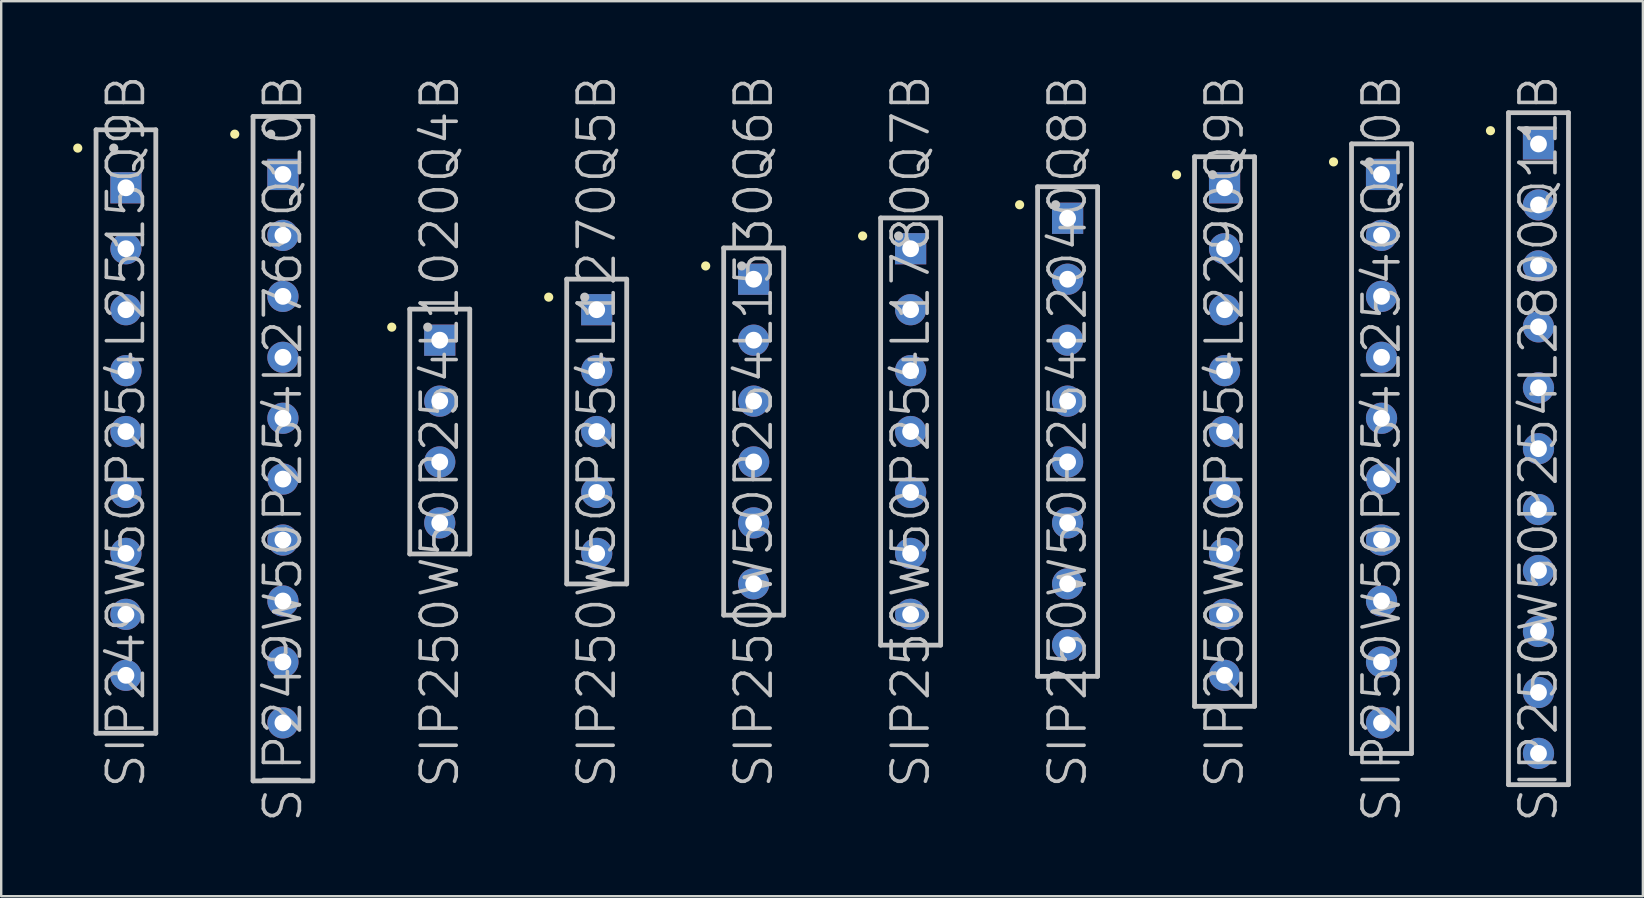
<source format=kicad_pcb>
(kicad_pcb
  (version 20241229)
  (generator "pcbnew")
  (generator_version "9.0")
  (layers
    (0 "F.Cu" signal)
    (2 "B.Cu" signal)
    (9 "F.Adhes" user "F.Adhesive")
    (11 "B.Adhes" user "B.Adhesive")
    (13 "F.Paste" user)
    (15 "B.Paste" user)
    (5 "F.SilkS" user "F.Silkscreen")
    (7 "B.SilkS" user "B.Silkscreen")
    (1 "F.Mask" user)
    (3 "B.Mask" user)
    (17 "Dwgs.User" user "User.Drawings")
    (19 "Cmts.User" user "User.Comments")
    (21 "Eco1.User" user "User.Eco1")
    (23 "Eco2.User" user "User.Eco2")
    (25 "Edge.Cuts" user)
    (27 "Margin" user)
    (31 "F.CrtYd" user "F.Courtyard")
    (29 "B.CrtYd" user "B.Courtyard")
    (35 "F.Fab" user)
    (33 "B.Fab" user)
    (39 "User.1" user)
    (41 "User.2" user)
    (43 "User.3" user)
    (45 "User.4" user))
  (footprint "SIP250W50P254L2040Q8B"
    (layer "F.Cu")
    (at 41.436 14.932)
    (property "Reference" "SIP250W50P254L2040Q8B" (at 0 0 90) (layer "Dwgs.User") (effects (font (size 1.5 1.5) (thickness 0.15))))
    (attr through_hole)
    (fp_line (start -2 -9.45) (end -2 -9.45) (stroke (width 0.381) (type solid)) (layer "F.SilkS"))
    (fp_line (start -1.25 -10.2) (end -1.25 10.2) (stroke (width 0.2) (type solid)) (layer "Dwgs.User"))
    (fp_line (start -1.25 -10.2) (end 1.25 -10.2) (stroke (width 0.2) (type solid)) (layer "Dwgs.User"))
    (fp_line (start -1.25 10.2) (end 1.25 10.2) (stroke (width 0.2) (type solid)) (layer "Dwgs.User"))
    (fp_line (start -0.5 -9.45) (end -0.5 -9.45) (stroke (width 0.381) (type solid)) (layer "Dwgs.User"))
    (fp_line (start 1.25 -10.2) (end 1.25 10.2) (stroke (width 0.2) (type solid)) (layer "Dwgs.User"))
    (pad "1" thru_hole rect (at 0 -8.887) (size 1.3 1.3) (drill 0.7) (layers "*.Cu" "*.Mask"))
    (pad "2" thru_hole circle (at 0 -6.347 270) (size 1.3 1.3) (drill 0.7) (layers "*.Cu" "*.Mask"))
    (pad "3" thru_hole circle (at 0 -3.807 270) (size 1.3 1.3) (drill 0.7) (layers "*.Cu" "*.Mask"))
    (pad "4" thru_hole circle (at 0 -1.267 270) (size 1.3 1.3) (drill 0.7) (layers "*.Cu" "*.Mask"))
    (pad "5" thru_hole circle (at 0 1.267 270) (size 1.3 1.3) (drill 0.7) (layers "*.Cu" "*.Mask"))
    (pad "6" thru_hole circle (at 0 3.807 270) (size 1.3 1.3) (drill 0.7) (layers "*.Cu" "*.Mask"))
    (pad "7" thru_hole circle (at 0 6.347 270) (size 1.3 1.3) (drill 0.7) (layers "*.Cu" "*.Mask"))
    (pad "8" thru_hole circle (at 0 8.887 270) (size 1.3 1.3) (drill 0.7) (layers "*.Cu" "*.Mask")))
  (footprint "SIP250W50P254L1020Q4B"
    (layer "F.Cu")
    (at 15.274 14.932)
    (property "Reference" "SIP250W50P254L1020Q4B" (at 0 0 90) (layer "Dwgs.User") (effects (font (size 1.5 1.5) (thickness 0.15))))
    (attr through_hole)
    (fp_line (start -2 -4.35) (end -2 -4.35) (stroke (width 0.381) (type solid)) (layer "F.SilkS"))
    (fp_line (start -1.25 -5.1) (end -1.25 5.1) (stroke (width 0.2) (type solid)) (layer "Dwgs.User"))
    (fp_line (start -1.25 -5.1) (end 1.25 -5.1) (stroke (width 0.2) (type solid)) (layer "Dwgs.User"))
    (fp_line (start -1.25 5.1) (end 1.25 5.1) (stroke (width 0.2) (type solid)) (layer "Dwgs.User"))
    (fp_line (start -0.5 -4.35) (end -0.5 -4.35) (stroke (width 0.381) (type solid)) (layer "Dwgs.User"))
    (fp_line (start 1.25 -5.1) (end 1.25 5.1) (stroke (width 0.2) (type solid)) (layer "Dwgs.User"))
    (pad "1" thru_hole rect (at 0 -3.807) (size 1.3 1.3) (drill 0.7) (layers "*.Cu" "*.Mask"))
    (pad "2" thru_hole circle (at 0 -1.267 270) (size 1.3 1.3) (drill 0.7) (layers "*.Cu" "*.Mask"))
    (pad "3" thru_hole circle (at 0 1.267 270) (size 1.3 1.3) (drill 0.7) (layers "*.Cu" "*.Mask"))
    (pad "4" thru_hole circle (at 0 3.807 270) (size 1.3 1.3) (drill 0.7) (layers "*.Cu" "*.Mask")))
  (footprint "SIP250W50P254L2540Q10B"
    (layer "F.Cu")
    (at 54.517 15.646)
    (property "Reference" "SIP250W50P254L2540Q10B" (at 0 0 90) (layer "Dwgs.User") (effects (font (size 1.5 1.5) (thickness 0.15))))
    (attr through_hole)
    (fp_line (start -2 -11.95) (end -2 -11.95) (stroke (width 0.381) (type solid)) (layer "F.SilkS"))
    (fp_line (start -1.25 -12.7) (end -1.25 12.7) (stroke (width 0.2) (type solid)) (layer "Dwgs.User"))
    (fp_line (start -1.25 -12.7) (end 1.25 -12.7) (stroke (width 0.2) (type solid)) (layer "Dwgs.User"))
    (fp_line (start -1.25 12.7) (end 1.25 12.7) (stroke (width 0.2) (type solid)) (layer "Dwgs.User"))
    (fp_line (start -0.5 -11.95) (end -0.5 -11.95) (stroke (width 0.381) (type solid)) (layer "Dwgs.User"))
    (fp_line (start 1.25 -12.7) (end 1.25 12.7) (stroke (width 0.2) (type solid)) (layer "Dwgs.User"))
    (pad "1" thru_hole rect (at 0 -11.427) (size 1.3 1.3) (drill 0.7) (layers "*.Cu" "*.Mask"))
    (pad "2" thru_hole circle (at 0 -8.887 270) (size 1.3 1.3) (drill 0.7) (layers "*.Cu" "*.Mask"))
    (pad "3" thru_hole circle (at 0 -6.347 270) (size 1.3 1.3) (drill 0.7) (layers "*.Cu" "*.Mask"))
    (pad "4" thru_hole circle (at 0 -3.807 270) (size 1.3 1.3) (drill 0.7) (layers "*.Cu" "*.Mask"))
    (pad "5" thru_hole circle (at 0 -1.267 270) (size 1.3 1.3) (drill 0.7) (layers "*.Cu" "*.Mask"))
    (pad "6" thru_hole circle (at 0 1.267 270) (size 1.3 1.3) (drill 0.7) (layers "*.Cu" "*.Mask"))
    (pad "7" thru_hole circle (at 0 3.807 270) (size 1.3 1.3) (drill 0.7) (layers "*.Cu" "*.Mask"))
    (pad "8" thru_hole circle (at 0 6.347 270) (size 1.3 1.3) (drill 0.7) (layers "*.Cu" "*.Mask"))
    (pad "9" thru_hole circle (at 0 8.887 270) (size 1.3 1.3) (drill 0.7) (layers "*.Cu" "*.Mask"))
    (pad "10" thru_hole circle (at 0 11.427 270) (size 1.3 1.3) (drill 0.7) (layers "*.Cu" "*.Mask")))
  (footprint "SIP250W50P254L1780Q7B"
    (layer "F.Cu")
    (at 34.895 14.932)
    (property "Reference" "SIP250W50P254L1780Q7B" (at 0 0 90) (layer "Dwgs.User") (effects (font (size 1.5 1.5) (thickness 0.15))))
    (attr through_hole)
    (fp_line (start -2 -8.15) (end -2 -8.15) (stroke (width 0.381) (type solid)) (layer "F.SilkS"))
    (fp_line (start -1.25 -8.9) (end -1.25 8.9) (stroke (width 0.2) (type solid)) (layer "Dwgs.User"))
    (fp_line (start -1.25 -8.9) (end 1.25 -8.9) (stroke (width 0.2) (type solid)) (layer "Dwgs.User"))
    (fp_line (start -1.25 8.9) (end 1.25 8.9) (stroke (width 0.2) (type solid)) (layer "Dwgs.User"))
    (fp_line (start -0.5 -8.15) (end -0.5 -8.15) (stroke (width 0.381) (type solid)) (layer "Dwgs.User"))
    (fp_line (start 1.25 -8.9) (end 1.25 8.9) (stroke (width 0.2) (type solid)) (layer "Dwgs.User"))
    (pad "1" thru_hole rect (at 0 -7.617) (size 1.3 1.3) (drill 0.7) (layers "*.Cu" "*.Mask"))
    (pad "2" thru_hole circle (at 0 -5.077 270) (size 1.3 1.3) (drill 0.7) (layers "*.Cu" "*.Mask"))
    (pad "3" thru_hole circle (at 0 -2.537 270) (size 1.3 1.3) (drill 0.7) (layers "*.Cu" "*.Mask"))
    (pad "4" thru_hole circle (at 0 0 270) (size 1.3 1.3) (drill 0.7) (layers "*.Cu" "*.Mask"))
    (pad "5" thru_hole circle (at 0 2.537 270) (size 1.3 1.3) (drill 0.7) (layers "*.Cu" "*.Mask"))
    (pad "6" thru_hole circle (at 0 5.077 270) (size 1.3 1.3) (drill 0.7) (layers "*.Cu" "*.Mask"))
    (pad "7" thru_hole circle (at 0 7.617 270) (size 1.3 1.3) (drill 0.7) (layers "*.Cu" "*.Mask")))
  (footprint "SIP249W50P254L2515Q9B"
    (layer "F.Cu")
    (at 2.197 14.932)
    (property "Reference" "SIP249W50P254L2515Q9B" (at 0 0 90) (layer "Dwgs.User") (effects (font (size 1.5 1.5) (thickness 0.15))))
    (attr through_hole)
    (fp_line (start -2.007 -11.811) (end -2.007 -11.811) (stroke (width 0.381) (type solid)) (layer "F.SilkS"))
    (fp_line (start -1.245 -12.573) (end -1.245 12.573) (stroke (width 0.2) (type solid)) (layer "Dwgs.User"))
    (fp_line (start -1.245 -12.573) (end 1.245 -12.573) (stroke (width 0.2) (type solid)) (layer "Dwgs.User"))
    (fp_line (start -1.245 12.573) (end 1.245 12.573) (stroke (width 0.2) (type solid)) (layer "Dwgs.User"))
    (fp_line (start -0.508 -11.811) (end -0.508 -11.811) (stroke (width 0.381) (type solid)) (layer "Dwgs.User"))
    (fp_line (start 1.245 -12.573) (end 1.245 12.573) (stroke (width 0.2) (type solid)) (layer "Dwgs.User"))
    (pad "1" thru_hole rect (at 0 -10.157) (size 1.3 1.3) (drill 0.7) (layers "*.Cu" "*.Mask"))
    (pad "2" thru_hole circle (at 0 -7.617 270) (size 1.3 1.3) (drill 0.7) (layers "*.Cu" "*.Mask"))
    (pad "3" thru_hole circle (at 0 -5.077 270) (size 1.3 1.3) (drill 0.7) (layers "*.Cu" "*.Mask"))
    (pad "4" thru_hole circle (at 0 -2.537 270) (size 1.3 1.3) (drill 0.7) (layers "*.Cu" "*.Mask"))
    (pad "5" thru_hole circle (at 0 0 270) (size 1.3 1.3) (drill 0.7) (layers "*.Cu" "*.Mask"))
    (pad "6" thru_hole circle (at 0 2.537 270) (size 1.3 1.3) (drill 0.7) (layers "*.Cu" "*.Mask"))
    (pad "7" thru_hole circle (at 0 5.077 270) (size 1.3 1.3) (drill 0.7) (layers "*.Cu" "*.Mask"))
    (pad "8" thru_hole circle (at 0 7.617 270) (size 1.3 1.3) (drill 0.7) (layers "*.Cu" "*.Mask"))
    (pad "9" thru_hole circle (at 0 10.157 270) (size 1.3 1.3) (drill 0.7) (layers "*.Cu" "*.Mask")))
  (footprint "SIP250W50P254L2290Q9B"
    (layer "F.Cu")
    (at 47.976 14.932)
    (property "Reference" "SIP250W50P254L2290Q9B" (at 0 0 90) (layer "Dwgs.User") (effects (font (size 1.5 1.5) (thickness 0.15))))
    (attr through_hole)
    (fp_line (start -2 -10.7) (end -2 -10.7) (stroke (width 0.381) (type solid)) (layer "F.SilkS"))
    (fp_line (start -1.25 -11.45) (end -1.25 11.45) (stroke (width 0.2) (type solid)) (layer "Dwgs.User"))
    (fp_line (start -1.25 -11.45) (end 1.25 -11.45) (stroke (width 0.2) (type solid)) (layer "Dwgs.User"))
    (fp_line (start -1.25 11.45) (end 1.25 11.45) (stroke (width 0.2) (type solid)) (layer "Dwgs.User"))
    (fp_line (start -0.5 -10.7) (end -0.5 -10.7) (stroke (width 0.381) (type solid)) (layer "Dwgs.User"))
    (fp_line (start 1.25 -11.45) (end 1.25 11.45) (stroke (width 0.2) (type solid)) (layer "Dwgs.User"))
    (pad "1" thru_hole rect (at 0 -10.157) (size 1.3 1.3) (drill 0.7) (layers "*.Cu" "*.Mask"))
    (pad "2" thru_hole circle (at 0 -7.617 270) (size 1.3 1.3) (drill 0.7) (layers "*.Cu" "*.Mask"))
    (pad "3" thru_hole circle (at 0 -5.077 270) (size 1.3 1.3) (drill 0.7) (layers "*.Cu" "*.Mask"))
    (pad "4" thru_hole circle (at 0 -2.537 270) (size 1.3 1.3) (drill 0.7) (layers "*.Cu" "*.Mask"))
    (pad "5" thru_hole circle (at 0 0 270) (size 1.3 1.3) (drill 0.7) (layers "*.Cu" "*.Mask"))
    (pad "6" thru_hole circle (at 0 2.537 270) (size 1.3 1.3) (drill 0.7) (layers "*.Cu" "*.Mask"))
    (pad "7" thru_hole circle (at 0 5.077 270) (size 1.3 1.3) (drill 0.7) (layers "*.Cu" "*.Mask"))
    (pad "8" thru_hole circle (at 0 7.617 270) (size 1.3 1.3) (drill 0.7) (layers "*.Cu" "*.Mask"))
    (pad "9" thru_hole circle (at 0 10.157 270) (size 1.3 1.3) (drill 0.7) (layers "*.Cu" "*.Mask")))
  (footprint "SIP250W50P254L1530Q6B"
    (layer "F.Cu")
    (at 28.355 14.932)
    (property "Reference" "SIP250W50P254L1530Q6B" (at 0 0 90) (layer "Dwgs.User") (effects (font (size 1.5 1.5) (thickness 0.15))))
    (attr through_hole)
    (fp_line (start -2 -6.9) (end -2 -6.9) (stroke (width 0.381) (type solid)) (layer "F.SilkS"))
    (fp_line (start -1.25 -7.65) (end -1.25 7.65) (stroke (width 0.2) (type solid)) (layer "Dwgs.User"))
    (fp_line (start -1.25 -7.65) (end 1.25 -7.65) (stroke (width 0.2) (type solid)) (layer "Dwgs.User"))
    (fp_line (start -1.25 7.65) (end 1.25 7.65) (stroke (width 0.2) (type solid)) (layer "Dwgs.User"))
    (fp_line (start -0.5 -6.9) (end -0.5 -6.9) (stroke (width 0.381) (type solid)) (layer "Dwgs.User"))
    (fp_line (start 1.25 -7.65) (end 1.25 7.65) (stroke (width 0.2) (type solid)) (layer "Dwgs.User"))
    (pad "1" thru_hole rect (at 0 -6.347) (size 1.3 1.3) (drill 0.7) (layers "*.Cu" "*.Mask"))
    (pad "2" thru_hole circle (at 0 -3.807 270) (size 1.3 1.3) (drill 0.7) (layers "*.Cu" "*.Mask"))
    (pad "3" thru_hole circle (at 0 -1.267 270) (size 1.3 1.3) (drill 0.7) (layers "*.Cu" "*.Mask"))
    (pad "4" thru_hole circle (at 0 1.267 270) (size 1.3 1.3) (drill 0.7) (layers "*.Cu" "*.Mask"))
    (pad "5" thru_hole circle (at 0 3.807 270) (size 1.3 1.3) (drill 0.7) (layers "*.Cu" "*.Mask"))
    (pad "6" thru_hole circle (at 0 6.347 270) (size 1.3 1.3) (drill 0.7) (layers "*.Cu" "*.Mask")))
  (footprint "SIP250W50P254L1270Q5B"
    (layer "F.Cu")
    (at 21.814 14.932)
    (property "Reference" "SIP250W50P254L1270Q5B" (at 0 0 90) (layer "Dwgs.User") (effects (font (size 1.5 1.5) (thickness 0.15))))
    (attr through_hole)
    (fp_line (start -2 -5.6) (end -2 -5.6) (stroke (width 0.381) (type solid)) (layer "F.SilkS"))
    (fp_line (start -1.25 -6.35) (end -1.25 6.35) (stroke (width 0.2) (type solid)) (layer "Dwgs.User"))
    (fp_line (start -1.25 -6.35) (end 1.25 -6.35) (stroke (width 0.2) (type solid)) (layer "Dwgs.User"))
    (fp_line (start -1.25 6.35) (end 1.25 6.35) (stroke (width 0.2) (type solid)) (layer "Dwgs.User"))
    (fp_line (start -0.5 -5.6) (end -0.5 -5.6) (stroke (width 0.381) (type solid)) (layer "Dwgs.User"))
    (fp_line (start 1.25 -6.35) (end 1.25 6.35) (stroke (width 0.2) (type solid)) (layer "Dwgs.User"))
    (pad "1" thru_hole rect (at 0 -5.077) (size 1.3 1.3) (drill 0.7) (layers "*.Cu" "*.Mask"))
    (pad "2" thru_hole circle (at 0 -2.537 270) (size 1.3 1.3) (drill 0.7) (layers "*.Cu" "*.Mask"))
    (pad "3" thru_hole circle (at 0 0 270) (size 1.3 1.3) (drill 0.7) (layers "*.Cu" "*.Mask"))
    (pad "4" thru_hole circle (at 0 2.537 270) (size 1.3 1.3) (drill 0.7) (layers "*.Cu" "*.Mask"))
    (pad "5" thru_hole circle (at 0 5.077 270) (size 1.3 1.3) (drill 0.7) (layers "*.Cu" "*.Mask")))
  (footprint "SIP249W50P254L2769Q10B"
    (layer "F.Cu")
    (at 8.739 15.646)
    (property "Reference" "SIP249W50P254L2769Q10B" (at 0 0 90) (layer "Dwgs.User") (effects (font (size 1.5 1.5) (thickness 0.15))))
    (attr through_hole)
    (fp_line (start -2.007 -13.106) (end -2.007 -13.106) (stroke (width 0.381) (type solid)) (layer "F.SilkS"))
    (fp_line (start -1.245 -13.843) (end -1.245 13.843) (stroke (width 0.2) (type solid)) (layer "Dwgs.User"))
    (fp_line (start -1.245 -13.843) (end 1.245 -13.843) (stroke (width 0.2) (type solid)) (layer "Dwgs.User"))
    (fp_line (start -1.245 13.843) (end 1.245 13.843) (stroke (width 0.2) (type solid)) (layer "Dwgs.User"))
    (fp_line (start -0.508 -13.106) (end -0.508 -13.106) (stroke (width 0.381) (type solid)) (layer "Dwgs.User"))
    (fp_line (start 1.245 -13.843) (end 1.245 13.843) (stroke (width 0.2) (type solid)) (layer "Dwgs.User"))
    (pad "1" thru_hole rect (at 0 -11.427) (size 1.3 1.3) (drill 0.7) (layers "*.Cu" "*.Mask"))
    (pad "2" thru_hole circle (at 0 -8.887 270) (size 1.3 1.3) (drill 0.7) (layers "*.Cu" "*.Mask"))
    (pad "3" thru_hole circle (at 0 -6.347 270) (size 1.3 1.3) (drill 0.7) (layers "*.Cu" "*.Mask"))
    (pad "4" thru_hole circle (at 0 -3.807 270) (size 1.3 1.3) (drill 0.7) (layers "*.Cu" "*.Mask"))
    (pad "5" thru_hole circle (at 0 -1.267 270) (size 1.3 1.3) (drill 0.7) (layers "*.Cu" "*.Mask"))
    (pad "6" thru_hole circle (at 0 1.267 270) (size 1.3 1.3) (drill 0.7) (layers "*.Cu" "*.Mask"))
    (pad "7" thru_hole circle (at 0 3.807 270) (size 1.3 1.3) (drill 0.7) (layers "*.Cu" "*.Mask"))
    (pad "8" thru_hole circle (at 0 6.347 270) (size 1.3 1.3) (drill 0.7) (layers "*.Cu" "*.Mask"))
    (pad "9" thru_hole circle (at 0 8.887 270) (size 1.3 1.3) (drill 0.7) (layers "*.Cu" "*.Mask"))
    (pad "10" thru_hole circle (at 0 11.427 270) (size 1.3 1.3) (drill 0.7) (layers "*.Cu" "*.Mask")))
  (footprint "SIP250W50P254L2800Q11B"
    (layer "F.Cu")
    (at 61.057 15.646)
    (property "Reference" "SIP250W50P254L2800Q11B" (at 0 0 90) (layer "Dwgs.User") (effects (font (size 1.5 1.5) (thickness 0.15))))
    (attr through_hole)
    (fp_line (start -2 -13.25) (end -2 -13.25) (stroke (width 0.381) (type solid)) (layer "F.SilkS"))
    (fp_line (start -1.25 -14) (end -1.25 14) (stroke (width 0.2) (type solid)) (layer "Dwgs.User"))
    (fp_line (start -1.25 -14) (end 1.25 -14) (stroke (width 0.2) (type solid)) (layer "Dwgs.User"))
    (fp_line (start -1.25 14) (end 1.25 14) (stroke (width 0.2) (type solid)) (layer "Dwgs.User"))
    (fp_line (start -0.5 -13.25) (end -0.5 -13.25) (stroke (width 0.381) (type solid)) (layer "Dwgs.User"))
    (fp_line (start 1.25 -14) (end 1.25 14) (stroke (width 0.2) (type solid)) (layer "Dwgs.User"))
    (pad "1" thru_hole rect (at 0 -12.697) (size 1.3 1.3) (drill 0.7) (layers "*.Cu" "*.Mask"))
    (pad "2" thru_hole circle (at 0 -10.157 270) (size 1.3 1.3) (drill 0.7) (layers "*.Cu" "*.Mask"))
    (pad "3" thru_hole circle (at 0 -7.617 270) (size 1.3 1.3) (drill 0.7) (layers "*.Cu" "*.Mask"))
    (pad "4" thru_hole circle (at 0 -5.077 270) (size 1.3 1.3) (drill 0.7) (layers "*.Cu" "*.Mask"))
    (pad "5" thru_hole circle (at 0 -2.537 270) (size 1.3 1.3) (drill 0.7) (layers "*.Cu" "*.Mask"))
    (pad "6" thru_hole circle (at 0 0 270) (size 1.3 1.3) (drill 0.7) (layers "*.Cu" "*.Mask"))
    (pad "7" thru_hole circle (at 0 2.537 270) (size 1.3 1.3) (drill 0.7) (layers "*.Cu" "*.Mask"))
    (pad "8" thru_hole circle (at 0 5.077 270) (size 1.3 1.3) (drill 0.7) (layers "*.Cu" "*.Mask"))
    (pad "9" thru_hole circle (at 0 7.617 270) (size 1.3 1.3) (drill 0.7) (layers "*.Cu" "*.Mask"))
    (pad "10" thru_hole circle (at 0 10.157 270) (size 1.3 1.3) (drill 0.7) (layers "*.Cu" "*.Mask"))
    (pad "11" thru_hole circle (at 0 12.697 270) (size 1.3 1.3) (drill 0.7) (layers "*.Cu" "*.Mask")))
  (gr_rect
    (start -3 -3)
    (end 65.407 34.293)
    (stroke (width 0.1) (type default))
    (fill no)
    (layer "Edge.Cuts")))
</source>
